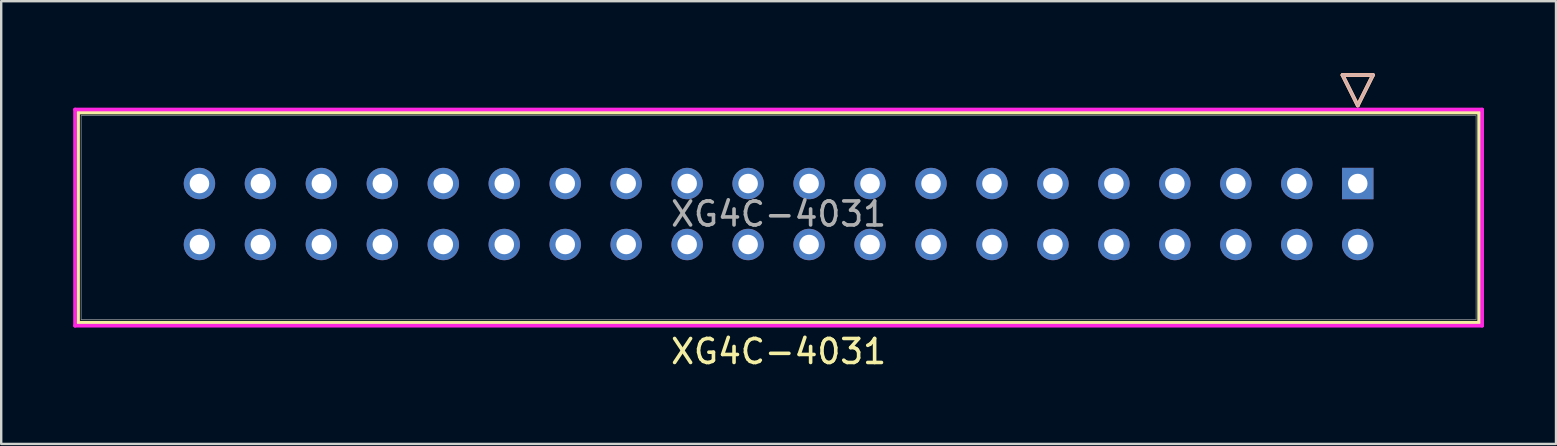
<source format=kicad_pcb>
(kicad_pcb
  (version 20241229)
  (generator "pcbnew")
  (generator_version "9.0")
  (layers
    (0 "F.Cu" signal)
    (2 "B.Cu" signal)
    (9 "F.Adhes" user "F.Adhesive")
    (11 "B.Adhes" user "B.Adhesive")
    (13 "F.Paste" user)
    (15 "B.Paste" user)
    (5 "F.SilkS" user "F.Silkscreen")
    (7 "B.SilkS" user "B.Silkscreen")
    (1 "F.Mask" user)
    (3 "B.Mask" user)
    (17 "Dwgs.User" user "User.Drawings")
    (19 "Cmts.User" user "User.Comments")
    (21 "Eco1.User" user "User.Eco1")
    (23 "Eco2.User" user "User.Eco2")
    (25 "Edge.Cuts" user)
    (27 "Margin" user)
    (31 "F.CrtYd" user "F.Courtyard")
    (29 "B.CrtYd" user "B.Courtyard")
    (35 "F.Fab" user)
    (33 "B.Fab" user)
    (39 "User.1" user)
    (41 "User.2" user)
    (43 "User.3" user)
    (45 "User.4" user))
  (footprint "XG4C-4031"
    (layer "F.Cu")
    (at 53.52 4.597)
    (property "Reference" "XG4C-4031" (at -24.13 7 0) (unlocked yes) (layer "F.SilkS") (effects (font (size 1 1) (thickness 0.15))))
    (attr through_hole)
    (fp_line (start -53.317 -2.957) (end -53.317 5.797) (stroke (width 0.152) (type solid)) (layer "F.SilkS"))
    (fp_line (start -53.317 5.797) (end 5.057 5.797) (stroke (width 0.152) (type solid)) (layer "F.SilkS"))
    (fp_line (start -0.635 -4.521) (end 0 -3.251) (stroke (width 0.152) (type solid)) (layer "F.SilkS"))
    (fp_line (start -0.635 -4.521) (end 0.635 -4.521) (stroke (width 0.152) (type solid)) (layer "F.SilkS"))
    (fp_line (start 0.635 -4.521) (end 0 -3.251) (stroke (width 0.152) (type solid)) (layer "F.SilkS"))
    (fp_line (start 5.057 -2.957) (end -53.317 -2.957) (stroke (width 0.152) (type solid)) (layer "F.SilkS"))
    (fp_line (start 5.057 5.797) (end 5.057 -2.957) (stroke (width 0.152) (type solid)) (layer "F.SilkS"))
    (fp_line (start -0.635 -4.521) (end 0 -3.251) (stroke (width 0.152) (type solid)) (layer "B.SilkS"))
    (fp_line (start -0.635 -4.521) (end 0.635 -4.521) (stroke (width 0.152) (type solid)) (layer "B.SilkS"))
    (fp_line (start 0.635 -4.521) (end 0 -3.251) (stroke (width 0.152) (type solid)) (layer "B.SilkS"))
    (fp_line (start -53.444 -3.084) (end -53.444 5.924) (stroke (width 0.152) (type solid)) (layer "F.CrtYd"))
    (fp_line (start -53.444 5.924) (end 5.184 5.924) (stroke (width 0.152) (type solid)) (layer "F.CrtYd"))
    (fp_line (start 5.184 -3.084) (end -53.444 -3.084) (stroke (width 0.152) (type solid)) (layer "F.CrtYd"))
    (fp_line (start 5.184 5.924) (end 5.184 -3.084) (stroke (width 0.152) (type solid)) (layer "F.CrtYd"))
    (fp_line (start -53.19 -2.83) (end -53.19 5.67) (stroke (width 0.025) (type solid)) (layer "F.Fab"))
    (fp_line (start -53.19 5.67) (end 4.93 5.67) (stroke (width 0.025) (type solid)) (layer "F.Fab"))
    (fp_line (start -0.635 -4.521) (end 0 -3.251) (stroke (width 0.025) (type solid)) (layer "F.Fab"))
    (fp_line (start -0.635 -4.521) (end 0.635 -4.521) (stroke (width 0.025) (type solid)) (layer "F.Fab"))
    (fp_line (start 0.635 -4.521) (end 0 -3.251) (stroke (width 0.025) (type solid)) (layer "F.Fab"))
    (fp_line (start 4.93 -2.83) (end -53.19 -2.83) (stroke (width 0.025) (type solid)) (layer "F.Fab"))
    (fp_line (start 4.93 5.67) (end 4.93 -2.83) (stroke (width 0.025) (type solid)) (layer "F.Fab"))
    (fp_text user "${REFERENCE}" (at -24.13 1.27 0) (unlocked yes) (layer "F.Fab") (effects (font (size 1 1) (thickness 0.15))))
    (pad "1" thru_hole rect (at 0 0) (size 1.308 1.308) (drill 0.813) (layers "*.Cu" "*.Mask"))
    (pad "2" thru_hole circle (at 0 2.54) (size 1.308 1.308) (drill 0.813) (layers "*.Cu" "*.Mask"))
    (pad "3" thru_hole circle (at -2.54 0) (size 1.308 1.308) (drill 0.813) (layers "*.Cu" "*.Mask"))
    (pad "4" thru_hole circle (at -2.54 2.54) (size 1.308 1.308) (drill 0.813) (layers "*.Cu" "*.Mask"))
    (pad "5" thru_hole circle (at -5.08 0) (size 1.308 1.308) (drill 0.813) (layers "*.Cu" "*.Mask"))
    (pad "6" thru_hole circle (at -5.08 2.54) (size 1.308 1.308) (drill 0.813) (layers "*.Cu" "*.Mask"))
    (pad "7" thru_hole circle (at -7.62 0) (size 1.308 1.308) (drill 0.813) (layers "*.Cu" "*.Mask"))
    (pad "8" thru_hole circle (at -7.62 2.54) (size 1.308 1.308) (drill 0.813) (layers "*.Cu" "*.Mask"))
    (pad "9" thru_hole circle (at -10.16 0) (size 1.308 1.308) (drill 0.813) (layers "*.Cu" "*.Mask"))
    (pad "10" thru_hole circle (at -10.16 2.54) (size 1.308 1.308) (drill 0.813) (layers "*.Cu" "*.Mask"))
    (pad "11" thru_hole circle (at -12.7 0) (size 1.308 1.308) (drill 0.813) (layers "*.Cu" "*.Mask"))
    (pad "12" thru_hole circle (at -12.7 2.54) (size 1.308 1.308) (drill 0.813) (layers "*.Cu" "*.Mask"))
    (pad "13" thru_hole circle (at -15.24 0) (size 1.308 1.308) (drill 0.813) (layers "*.Cu" "*.Mask"))
    (pad "14" thru_hole circle (at -15.24 2.54) (size 1.308 1.308) (drill 0.813) (layers "*.Cu" "*.Mask"))
    (pad "15" thru_hole circle (at -17.78 0) (size 1.308 1.308) (drill 0.813) (layers "*.Cu" "*.Mask"))
    (pad "16" thru_hole circle (at -17.78 2.54) (size 1.308 1.308) (drill 0.813) (layers "*.Cu" "*.Mask"))
    (pad "17" thru_hole circle (at -20.32 0) (size 1.308 1.308) (drill 0.813) (layers "*.Cu" "*.Mask"))
    (pad "18" thru_hole circle (at -20.32 2.54) (size 1.308 1.308) (drill 0.813) (layers "*.Cu" "*.Mask"))
    (pad "19" thru_hole circle (at -22.86 0) (size 1.308 1.308) (drill 0.813) (layers "*.Cu" "*.Mask"))
    (pad "20" thru_hole circle (at -22.86 2.54) (size 1.308 1.308) (drill 0.813) (layers "*.Cu" "*.Mask"))
    (pad "21" thru_hole circle (at -25.4 0) (size 1.308 1.308) (drill 0.813) (layers "*.Cu" "*.Mask"))
    (pad "22" thru_hole circle (at -25.4 2.54) (size 1.308 1.308) (drill 0.813) (layers "*.Cu" "*.Mask"))
    (pad "23" thru_hole circle (at -27.94 0) (size 1.308 1.308) (drill 0.813) (layers "*.Cu" "*.Mask"))
    (pad "24" thru_hole circle (at -27.94 2.54) (size 1.308 1.308) (drill 0.813) (layers "*.Cu" "*.Mask"))
    (pad "25" thru_hole circle (at -30.48 0) (size 1.308 1.308) (drill 0.813) (layers "*.Cu" "*.Mask"))
    (pad "26" thru_hole circle (at -30.48 2.54) (size 1.308 1.308) (drill 0.813) (layers "*.Cu" "*.Mask"))
    (pad "27" thru_hole circle (at -33.02 0) (size 1.308 1.308) (drill 0.813) (layers "*.Cu" "*.Mask"))
    (pad "28" thru_hole circle (at -33.02 2.54) (size 1.308 1.308) (drill 0.813) (layers "*.Cu" "*.Mask"))
    (pad "29" thru_hole circle (at -35.56 0) (size 1.308 1.308) (drill 0.813) (layers "*.Cu" "*.Mask"))
    (pad "30" thru_hole circle (at -35.56 2.54) (size 1.308 1.308) (drill 0.813) (layers "*.Cu" "*.Mask"))
    (pad "31" thru_hole circle (at -38.1 0) (size 1.308 1.308) (drill 0.813) (layers "*.Cu" "*.Mask"))
    (pad "32" thru_hole circle (at -38.1 2.54) (size 1.308 1.308) (drill 0.813) (layers "*.Cu" "*.Mask"))
    (pad "33" thru_hole circle (at -40.64 0) (size 1.308 1.308) (drill 0.813) (layers "*.Cu" "*.Mask"))
    (pad "34" thru_hole circle (at -40.64 2.54) (size 1.308 1.308) (drill 0.813) (layers "*.Cu" "*.Mask"))
    (pad "35" thru_hole circle (at -43.18 0) (size 1.308 1.308) (drill 0.813) (layers "*.Cu" "*.Mask"))
    (pad "36" thru_hole circle (at -43.18 2.54) (size 1.308 1.308) (drill 0.813) (layers "*.Cu" "*.Mask"))
    (pad "37" thru_hole circle (at -45.72 0) (size 1.308 1.308) (drill 0.813) (layers "*.Cu" "*.Mask"))
    (pad "38" thru_hole circle (at -45.72 2.54) (size 1.308 1.308) (drill 0.813) (layers "*.Cu" "*.Mask"))
    (pad "39" thru_hole circle (at -48.26 0) (size 1.308 1.308) (drill 0.813) (layers "*.Cu" "*.Mask"))
    (pad "40" thru_hole circle (at -48.26 2.54) (size 1.308 1.308) (drill 0.813) (layers "*.Cu" "*.Mask")))
  (gr_rect
    (start -3 -3)
    (end 61.78 15.446)
    (stroke (width 0.1) (type default))
    (fill no)
    (layer "Edge.Cuts")))
</source>
